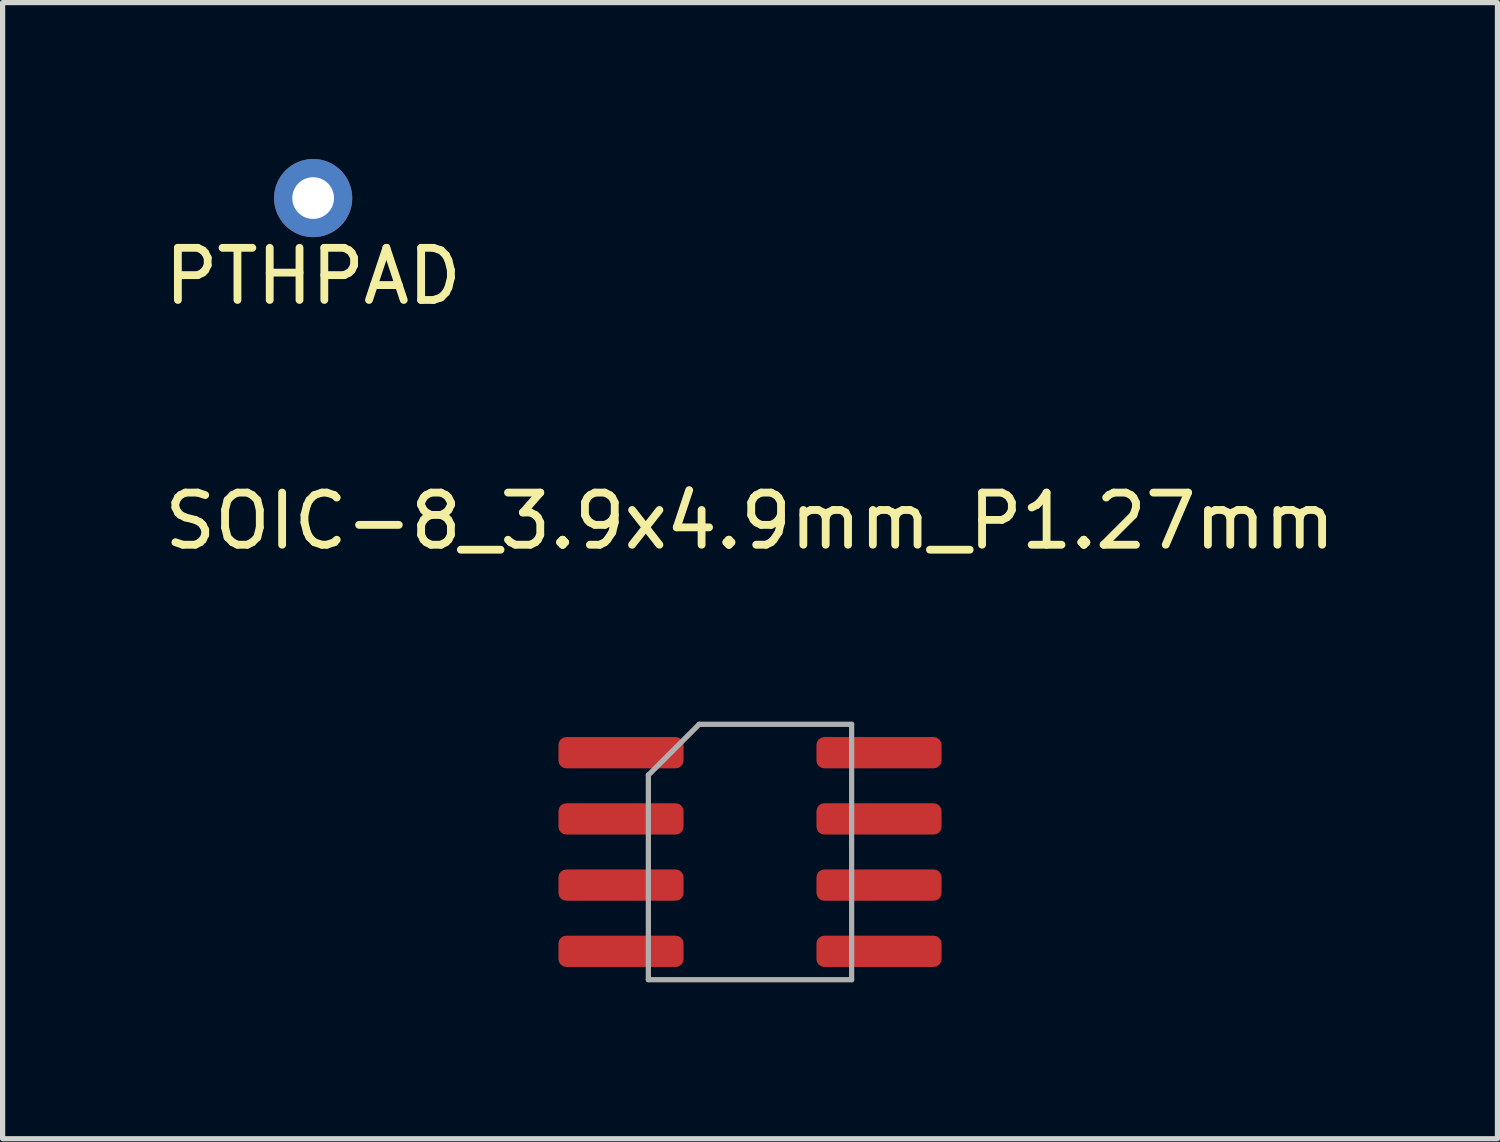
<source format=kicad_pcb>
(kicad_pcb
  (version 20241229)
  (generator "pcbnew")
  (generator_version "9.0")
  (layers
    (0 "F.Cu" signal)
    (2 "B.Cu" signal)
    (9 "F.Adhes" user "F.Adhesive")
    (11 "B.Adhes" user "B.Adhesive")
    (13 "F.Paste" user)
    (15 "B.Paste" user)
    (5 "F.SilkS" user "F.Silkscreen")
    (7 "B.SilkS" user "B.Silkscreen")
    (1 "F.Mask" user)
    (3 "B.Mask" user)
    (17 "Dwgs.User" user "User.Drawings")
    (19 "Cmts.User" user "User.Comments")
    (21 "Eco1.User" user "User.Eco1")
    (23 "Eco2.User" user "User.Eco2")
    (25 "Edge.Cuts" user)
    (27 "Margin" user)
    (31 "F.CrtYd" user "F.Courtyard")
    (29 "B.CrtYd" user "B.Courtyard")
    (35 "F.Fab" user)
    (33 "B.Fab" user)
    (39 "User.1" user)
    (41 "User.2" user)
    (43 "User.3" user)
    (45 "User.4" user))
  (footprint "SOIC-8_3.9x4.9mm_P1.27mm"
    (layer "F.Cu")
    (at 11.339 13.296)
    (property "Reference" "SOIC-8_3.9x4.9mm_P1.27mm" (at 0 -6.35 0) (layer "F.SilkS") (effects (font (size 1 1) (thickness 0.15))))
    (attr smd)
    (fp_line (start -1.95 -1.475) (end -0.975 -2.45) (stroke (width 0.1) (type solid)) (layer "F.Fab"))
    (fp_line (start -1.95 2.45) (end -1.95 -1.475) (stroke (width 0.1) (type solid)) (layer "F.Fab"))
    (fp_line (start -0.975 -2.45) (end 1.95 -2.45) (stroke (width 0.1) (type solid)) (layer "F.Fab"))
    (fp_line (start 1.95 -2.45) (end 1.95 2.45) (stroke (width 0.1) (type solid)) (layer "F.Fab"))
    (fp_line (start 1.95 2.45) (end -1.95 2.45) (stroke (width 0.1) (type solid)) (layer "F.Fab"))
    (pad "1" smd roundrect (at -2.475 -1.905) (size 2.4 0.6) (layers "F.Cu" "F.Mask" "F.Paste") (roundrect_rratio 0.25))
    (pad "2" smd roundrect (at -2.475 -0.635) (size 2.4 0.6) (layers "F.Cu" "F.Mask" "F.Paste") (roundrect_rratio 0.25))
    (pad "3" smd roundrect (at -2.475 0.635) (size 2.4 0.6) (layers "F.Cu" "F.Mask" "F.Paste") (roundrect_rratio 0.25))
    (pad "4" smd roundrect (at -2.475 1.905) (size 2.4 0.6) (layers "F.Cu" "F.Mask" "F.Paste") (roundrect_rratio 0.25))
    (pad "5" smd roundrect (at 2.475 1.905) (size 2.4 0.6) (layers "F.Cu" "F.Mask" "F.Paste") (roundrect_rratio 0.25))
    (pad "6" smd roundrect (at 2.475 0.635) (size 2.4 0.6) (layers "F.Cu" "F.Mask" "F.Paste") (roundrect_rratio 0.25))
    (pad "7" smd roundrect (at 2.475 -0.635) (size 2.4 0.6) (layers "F.Cu" "F.Mask" "F.Paste") (roundrect_rratio 0.25))
    (pad "8" smd roundrect (at 2.475 -1.905) (size 2.4 0.6) (layers "F.Cu" "F.Mask" "F.Paste") (roundrect_rratio 0.25)))
  (footprint "PTHPAD"
    (layer "F.Cu")
    (at 2.958 0.75)
    (property "Reference" "PTHPAD" (at 0 1.5 0) (layer "F.SilkS") (effects (font (size 1 1) (thickness 0.15))))
    (attr through_hole)
    (pad "1" thru_hole circle (at 0 0) (size 1.5 1.5) (drill 0.8) (layers "*.Cu" "*.Mask")))
  (gr_rect
    (start -3 -3)
    (end 25.679 18.797)
    (stroke (width 0.1) (type default))
    (fill no)
    (layer "Edge.Cuts")))
</source>
